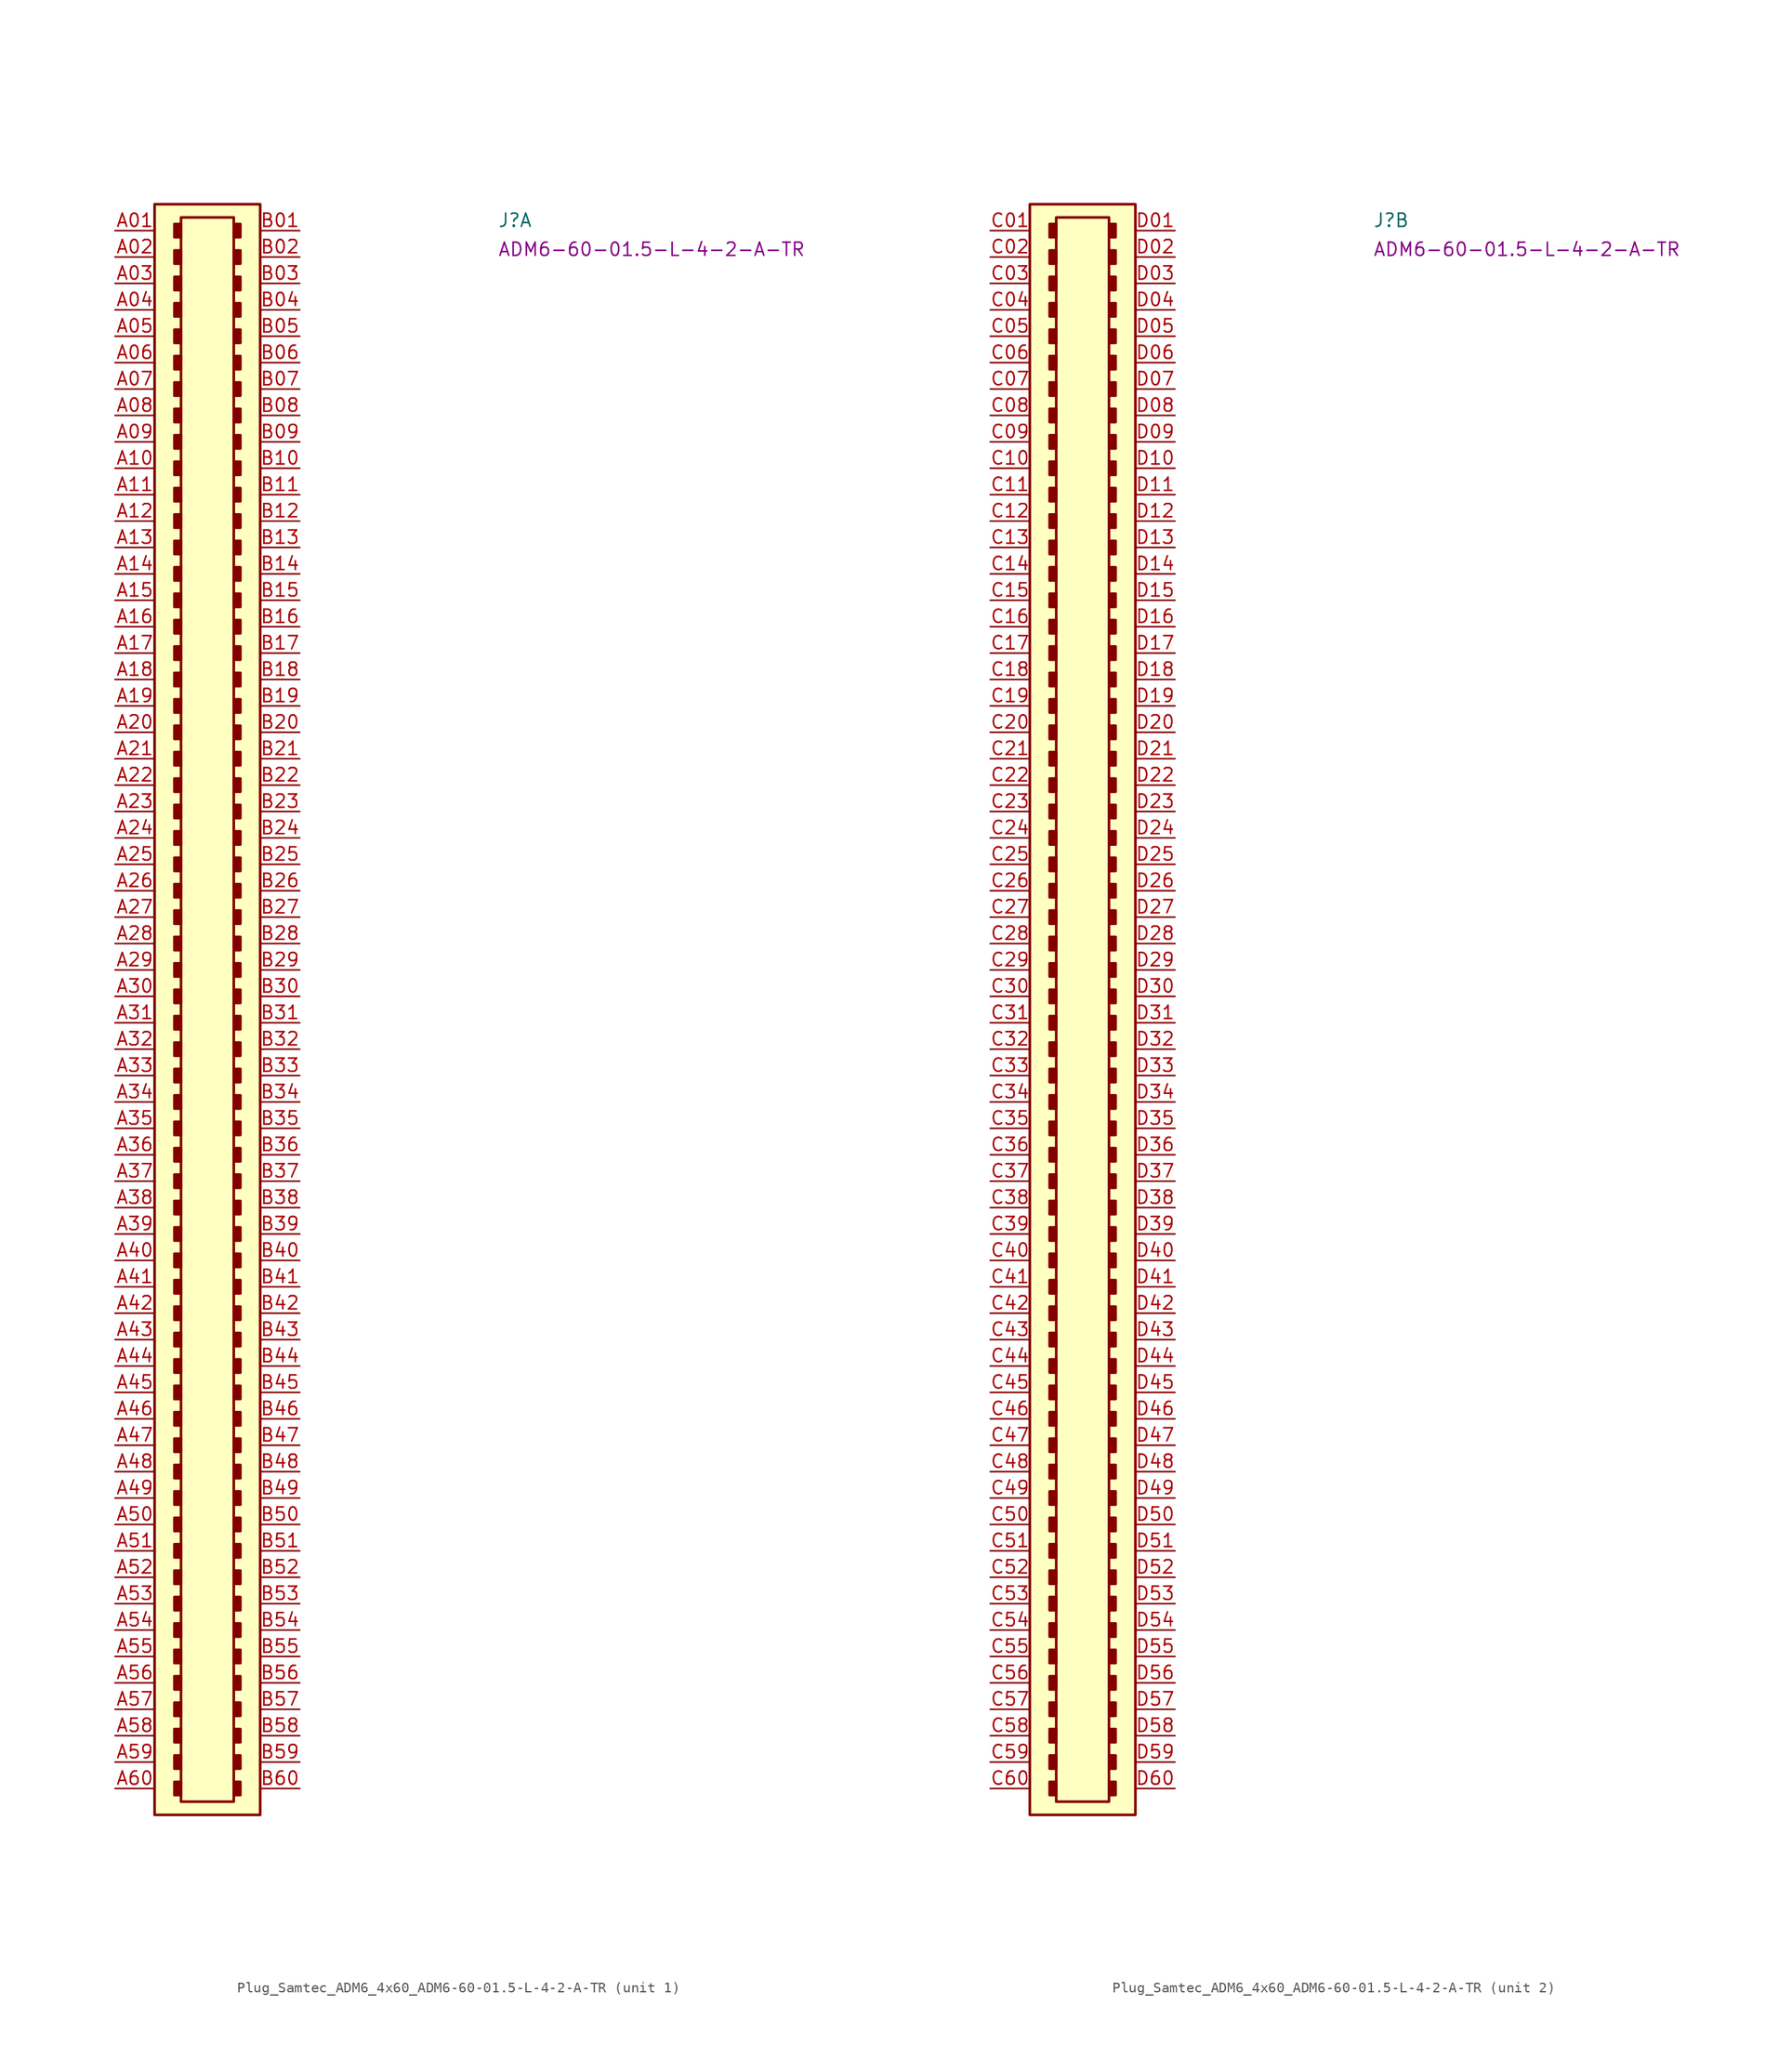
<source format=kicad_sym>
(kicad_symbol_lib
  (version 20220914)
  (generator kicad_symbol_editor)
  (symbol "Plug_Samtec_ADM6_4x60_ADM6-60-01.5-L-4-2-A-TR"
    (pin_names hide)
    (property "Reference" "J"
      (at 36.83 0.254 0)
      (effects (font (size 1.27 1.27) (thickness 0.15)) (justify left bottom)))
    (property "MPN" "ADM6-60-01.5-L-4-2-A-TR"
      (at 36.83 -2.54 0)
      (effects (font (size 1.27 1.27) (thickness 0.15)) (justify left bottom)))
    (property "ki_locked" ""
      (at 0 0 0)
      (effects (font (size 1.27 1.27))))
    (symbol "Plug_Samtec_ADM6_4x60_ADM6-60-01.5-L-4-2-A-TR_1_1"
      (rectangle (start 3.81 2.54) (end 13.97 -152.4) (stroke (width 0.254) (type default)) (fill (type background)))
      (rectangle (start 6.35 -149.225) (end 5.715 -150.495) (stroke (width 0.254) (type default)) (fill (type outline)))
      (rectangle (start 6.35 -146.685) (end 5.715 -147.955) (stroke (width 0.254) (type default)) (fill (type outline)))
      (rectangle (start 6.35 -144.145) (end 5.715 -145.415) (stroke (width 0.254) (type default)) (fill (type outline)))
      (rectangle (start 6.35 -141.605) (end 5.715 -142.875) (stroke (width 0.254) (type default)) (fill (type outline)))
      (rectangle (start 6.35 -139.065) (end 5.715 -140.335) (stroke (width 0.254) (type default)) (fill (type outline)))
      (rectangle (start 6.35 -136.525) (end 5.715 -137.795) (stroke (width 0.254) (type default)) (fill (type outline)))
      (rectangle (start 6.35 -133.985) (end 5.715 -135.255) (stroke (width 0.254) (type default)) (fill (type outline)))
      (rectangle (start 6.35 -131.445) (end 5.715 -132.715) (stroke (width 0.254) (type default)) (fill (type outline)))
      (rectangle (start 6.35 -128.905) (end 5.715 -130.175) (stroke (width 0.254) (type default)) (fill (type outline)))
      (rectangle (start 6.35 -126.365) (end 5.715 -127.635) (stroke (width 0.254) (type default)) (fill (type outline)))
      (rectangle (start 6.35 -123.825) (end 5.715 -125.095) (stroke (width 0.254) (type default)) (fill (type outline)))
      (rectangle (start 6.35 -121.285) (end 5.715 -122.555) (stroke (width 0.254) (type default)) (fill (type outline)))
      (rectangle (start 6.35 -118.745) (end 5.715 -120.015) (stroke (width 0.254) (type default)) (fill (type outline)))
      (rectangle (start 6.35 -116.205) (end 5.715 -117.475) (stroke (width 0.254) (type default)) (fill (type outline)))
      (rectangle (start 6.35 -113.665) (end 5.715 -114.935) (stroke (width 0.254) (type default)) (fill (type outline)))
      (rectangle (start 6.35 -111.125) (end 5.715 -112.395) (stroke (width 0.254) (type default)) (fill (type outline)))
      (rectangle (start 6.35 -108.585) (end 5.715 -109.855) (stroke (width 0.254) (type default)) (fill (type outline)))
      (rectangle (start 6.35 -106.045) (end 5.715 -107.315) (stroke (width 0.254) (type default)) (fill (type outline)))
      (rectangle (start 6.35 -103.505) (end 5.715 -104.775) (stroke (width 0.254) (type default)) (fill (type outline)))
      (rectangle (start 6.35 -100.965) (end 5.715 -102.235) (stroke (width 0.254) (type default)) (fill (type outline)))
      (rectangle (start 6.35 -98.425) (end 5.715 -99.695) (stroke (width 0.254) (type default)) (fill (type outline)))
      (rectangle (start 6.35 -95.885) (end 5.715 -97.155) (stroke (width 0.254) (type default)) (fill (type outline)))
      (rectangle (start 6.35 -93.345) (end 5.715 -94.615) (stroke (width 0.254) (type default)) (fill (type outline)))
      (rectangle (start 6.35 -90.805) (end 5.715 -92.075) (stroke (width 0.254) (type default)) (fill (type outline)))
      (rectangle (start 6.35 -88.265) (end 5.715 -89.535) (stroke (width 0.254) (type default)) (fill (type outline)))
      (rectangle (start 6.35 -85.725) (end 5.715 -86.995) (stroke (width 0.254) (type default)) (fill (type outline)))
      (rectangle (start 6.35 -83.185) (end 5.715 -84.455) (stroke (width 0.254) (type default)) (fill (type outline)))
      (rectangle (start 6.35 -80.645) (end 5.715 -81.915) (stroke (width 0.254) (type default)) (fill (type outline)))
      (rectangle (start 6.35 -78.105) (end 5.715 -79.375) (stroke (width 0.254) (type default)) (fill (type outline)))
      (rectangle (start 6.35 -75.565) (end 5.715 -76.835) (stroke (width 0.254) (type default)) (fill (type outline)))
      (rectangle (start 6.35 -73.025) (end 5.715 -74.295) (stroke (width 0.254) (type default)) (fill (type outline)))
      (rectangle (start 6.35 -70.485) (end 5.715 -71.755) (stroke (width 0.254) (type default)) (fill (type outline)))
      (rectangle (start 6.35 -67.945) (end 5.715 -69.215) (stroke (width 0.254) (type default)) (fill (type outline)))
      (rectangle (start 6.35 -65.405) (end 5.715 -66.675) (stroke (width 0.254) (type default)) (fill (type outline)))
      (rectangle (start 6.35 -62.865) (end 5.715 -64.135) (stroke (width 0.254) (type default)) (fill (type outline)))
      (rectangle (start 6.35 -60.325) (end 5.715 -61.595) (stroke (width 0.254) (type default)) (fill (type outline)))
      (rectangle (start 6.35 -57.785) (end 5.715 -59.055) (stroke (width 0.254) (type default)) (fill (type outline)))
      (rectangle (start 6.35 -55.245) (end 5.715 -56.515) (stroke (width 0.254) (type default)) (fill (type outline)))
      (rectangle (start 6.35 -52.705) (end 5.715 -53.975) (stroke (width 0.254) (type default)) (fill (type outline)))
      (rectangle (start 6.35 -50.165) (end 5.715 -51.435) (stroke (width 0.254) (type default)) (fill (type outline)))
      (rectangle (start 6.35 -47.625) (end 5.715 -48.895) (stroke (width 0.254) (type default)) (fill (type outline)))
      (rectangle (start 6.35 -45.085) (end 5.715 -46.355) (stroke (width 0.254) (type default)) (fill (type outline)))
      (rectangle (start 6.35 -42.545) (end 5.715 -43.815) (stroke (width 0.254) (type default)) (fill (type outline)))
      (rectangle (start 6.35 -40.005) (end 5.715 -41.275) (stroke (width 0.254) (type default)) (fill (type outline)))
      (rectangle (start 6.35 -37.465) (end 5.715 -38.735) (stroke (width 0.254) (type default)) (fill (type outline)))
      (rectangle (start 6.35 -34.925) (end 5.715 -36.195) (stroke (width 0.254) (type default)) (fill (type outline)))
      (rectangle (start 6.35 -32.385) (end 5.715 -33.655) (stroke (width 0.254) (type default)) (fill (type outline)))
      (rectangle (start 6.35 -29.845) (end 5.715 -31.115) (stroke (width 0.254) (type default)) (fill (type outline)))
      (rectangle (start 6.35 -27.305) (end 5.715 -28.575) (stroke (width 0.254) (type default)) (fill (type outline)))
      (rectangle (start 6.35 -24.765) (end 5.715 -26.035) (stroke (width 0.254) (type default)) (fill (type outline)))
      (rectangle (start 6.35 -22.225) (end 5.715 -23.495) (stroke (width 0.254) (type default)) (fill (type outline)))
      (rectangle (start 6.35 -19.685) (end 5.715 -20.955) (stroke (width 0.254) (type default)) (fill (type outline)))
      (rectangle (start 6.35 -17.145) (end 5.715 -18.415) (stroke (width 0.254) (type default)) (fill (type outline)))
      (rectangle (start 6.35 -14.605) (end 5.715 -15.875) (stroke (width 0.254) (type default)) (fill (type outline)))
      (rectangle (start 6.35 -12.065) (end 5.715 -13.335) (stroke (width 0.254) (type default)) (fill (type outline)))
      (rectangle (start 6.35 -9.525) (end 5.715 -10.795) (stroke (width 0.254) (type default)) (fill (type outline)))
      (rectangle (start 6.35 -6.985) (end 5.715 -8.255) (stroke (width 0.254) (type default)) (fill (type outline)))
      (rectangle (start 6.35 -4.445) (end 5.715 -5.715) (stroke (width 0.254) (type default)) (fill (type outline)))
      (rectangle (start 6.35 -1.905) (end 5.715 -3.175) (stroke (width 0.254) (type default)) (fill (type outline)))
      (rectangle (start 6.35 0.635) (end 5.715 -0.635) (stroke (width 0.254) (type default)) (fill (type outline)))
      (rectangle (start 6.35 1.27) (end 11.43 -151.13) (stroke (width 0.254) (type default)) (fill (type background)))
      (rectangle (start 12.065 -149.225) (end 11.43 -150.495) (stroke (width 0.254) (type default)) (fill (type outline)))
      (rectangle (start 12.065 -146.685) (end 11.43 -147.955) (stroke (width 0.254) (type default)) (fill (type outline)))
      (rectangle (start 12.065 -144.145) (end 11.43 -145.415) (stroke (width 0.254) (type default)) (fill (type outline)))
      (rectangle (start 12.065 -141.605) (end 11.43 -142.875) (stroke (width 0.254) (type default)) (fill (type outline)))
      (rectangle (start 12.065 -139.065) (end 11.43 -140.335) (stroke (width 0.254) (type default)) (fill (type outline)))
      (rectangle (start 12.065 -136.525) (end 11.43 -137.795) (stroke (width 0.254) (type default)) (fill (type outline)))
      (rectangle (start 12.065 -133.985) (end 11.43 -135.255) (stroke (width 0.254) (type default)) (fill (type outline)))
      (rectangle (start 12.065 -131.445) (end 11.43 -132.715) (stroke (width 0.254) (type default)) (fill (type outline)))
      (rectangle (start 12.065 -128.905) (end 11.43 -130.175) (stroke (width 0.254) (type default)) (fill (type outline)))
      (rectangle (start 12.065 -126.365) (end 11.43 -127.635) (stroke (width 0.254) (type default)) (fill (type outline)))
      (rectangle (start 12.065 -123.825) (end 11.43 -125.095) (stroke (width 0.254) (type default)) (fill (type outline)))
      (rectangle (start 12.065 -121.285) (end 11.43 -122.555) (stroke (width 0.254) (type default)) (fill (type outline)))
      (rectangle (start 12.065 -118.745) (end 11.43 -120.015) (stroke (width 0.254) (type default)) (fill (type outline)))
      (rectangle (start 12.065 -116.205) (end 11.43 -117.475) (stroke (width 0.254) (type default)) (fill (type outline)))
      (rectangle (start 12.065 -113.665) (end 11.43 -114.935) (stroke (width 0.254) (type default)) (fill (type outline)))
      (rectangle (start 12.065 -111.125) (end 11.43 -112.395) (stroke (width 0.254) (type default)) (fill (type outline)))
      (rectangle (start 12.065 -108.585) (end 11.43 -109.855) (stroke (width 0.254) (type default)) (fill (type outline)))
      (rectangle (start 12.065 -106.045) (end 11.43 -107.315) (stroke (width 0.254) (type default)) (fill (type outline)))
      (rectangle (start 12.065 -103.505) (end 11.43 -104.775) (stroke (width 0.254) (type default)) (fill (type outline)))
      (rectangle (start 12.065 -100.965) (end 11.43 -102.235) (stroke (width 0.254) (type default)) (fill (type outline)))
      (rectangle (start 12.065 -98.425) (end 11.43 -99.695) (stroke (width 0.254) (type default)) (fill (type outline)))
      (rectangle (start 12.065 -95.885) (end 11.43 -97.155) (stroke (width 0.254) (type default)) (fill (type outline)))
      (rectangle (start 12.065 -93.345) (end 11.43 -94.615) (stroke (width 0.254) (type default)) (fill (type outline)))
      (rectangle (start 12.065 -90.805) (end 11.43 -92.075) (stroke (width 0.254) (type default)) (fill (type outline)))
      (rectangle (start 12.065 -88.265) (end 11.43 -89.535) (stroke (width 0.254) (type default)) (fill (type outline)))
      (rectangle (start 12.065 -85.725) (end 11.43 -86.995) (stroke (width 0.254) (type default)) (fill (type outline)))
      (rectangle (start 12.065 -83.185) (end 11.43 -84.455) (stroke (width 0.254) (type default)) (fill (type outline)))
      (rectangle (start 12.065 -80.645) (end 11.43 -81.915) (stroke (width 0.254) (type default)) (fill (type outline)))
      (rectangle (start 12.065 -78.105) (end 11.43 -79.375) (stroke (width 0.254) (type default)) (fill (type outline)))
      (rectangle (start 12.065 -75.565) (end 11.43 -76.835) (stroke (width 0.254) (type default)) (fill (type outline)))
      (rectangle (start 12.065 -73.025) (end 11.43 -74.295) (stroke (width 0.254) (type default)) (fill (type outline)))
      (rectangle (start 12.065 -70.485) (end 11.43 -71.755) (stroke (width 0.254) (type default)) (fill (type outline)))
      (rectangle (start 12.065 -67.945) (end 11.43 -69.215) (stroke (width 0.254) (type default)) (fill (type outline)))
      (rectangle (start 12.065 -65.405) (end 11.43 -66.675) (stroke (width 0.254) (type default)) (fill (type outline)))
      (rectangle (start 12.065 -62.865) (end 11.43 -64.135) (stroke (width 0.254) (type default)) (fill (type outline)))
      (rectangle (start 12.065 -60.325) (end 11.43 -61.595) (stroke (width 0.254) (type default)) (fill (type outline)))
      (rectangle (start 12.065 -57.785) (end 11.43 -59.055) (stroke (width 0.254) (type default)) (fill (type outline)))
      (rectangle (start 12.065 -55.245) (end 11.43 -56.515) (stroke (width 0.254) (type default)) (fill (type outline)))
      (rectangle (start 12.065 -52.705) (end 11.43 -53.975) (stroke (width 0.254) (type default)) (fill (type outline)))
      (rectangle (start 12.065 -50.165) (end 11.43 -51.435) (stroke (width 0.254) (type default)) (fill (type outline)))
      (rectangle (start 12.065 -47.625) (end 11.43 -48.895) (stroke (width 0.254) (type default)) (fill (type outline)))
      (rectangle (start 12.065 -45.085) (end 11.43 -46.355) (stroke (width 0.254) (type default)) (fill (type outline)))
      (rectangle (start 12.065 -42.545) (end 11.43 -43.815) (stroke (width 0.254) (type default)) (fill (type outline)))
      (rectangle (start 12.065 -40.005) (end 11.43 -41.275) (stroke (width 0.254) (type default)) (fill (type outline)))
      (rectangle (start 12.065 -37.465) (end 11.43 -38.735) (stroke (width 0.254) (type default)) (fill (type outline)))
      (rectangle (start 12.065 -34.925) (end 11.43 -36.195) (stroke (width 0.254) (type default)) (fill (type outline)))
      (rectangle (start 12.065 -32.385) (end 11.43 -33.655) (stroke (width 0.254) (type default)) (fill (type outline)))
      (rectangle (start 12.065 -29.845) (end 11.43 -31.115) (stroke (width 0.254) (type default)) (fill (type outline)))
      (rectangle (start 12.065 -27.305) (end 11.43 -28.575) (stroke (width 0.254) (type default)) (fill (type outline)))
      (rectangle (start 12.065 -24.765) (end 11.43 -26.035) (stroke (width 0.254) (type default)) (fill (type outline)))
      (rectangle (start 12.065 -22.225) (end 11.43 -23.495) (stroke (width 0.254) (type default)) (fill (type outline)))
      (rectangle (start 12.065 -19.685) (end 11.43 -20.955) (stroke (width 0.254) (type default)) (fill (type outline)))
      (rectangle (start 12.065 -17.145) (end 11.43 -18.415) (stroke (width 0.254) (type default)) (fill (type outline)))
      (rectangle (start 12.065 -14.605) (end 11.43 -15.875) (stroke (width 0.254) (type default)) (fill (type outline)))
      (rectangle (start 12.065 -12.065) (end 11.43 -13.335) (stroke (width 0.254) (type default)) (fill (type outline)))
      (rectangle (start 12.065 -9.525) (end 11.43 -10.795) (stroke (width 0.254) (type default)) (fill (type outline)))
      (rectangle (start 12.065 -6.985) (end 11.43 -8.255) (stroke (width 0.254) (type default)) (fill (type outline)))
      (rectangle (start 12.065 -4.445) (end 11.43 -5.715) (stroke (width 0.254) (type default)) (fill (type outline)))
      (rectangle (start 12.065 -1.905) (end 11.43 -3.175) (stroke (width 0.254) (type default)) (fill (type outline)))
      (rectangle (start 12.065 0.635) (end 11.43 -0.635) (stroke (width 0.254) (type default)) (fill (type outline)))
      (pin passive line (at 0 0 0) (length 3.81) (name "A01" (effects (font (size 1.27 1.27)))) (number "A01" (effects (font (size 1.27 1.27)))))
      (pin passive line (at 0 -2.54 0) (length 3.81) (name "A02" (effects (font (size 1.27 1.27)))) (number "A02" (effects (font (size 1.27 1.27)))))
      (pin passive line (at 0 -5.08 0) (length 3.81) (name "A03" (effects (font (size 1.27 1.27)))) (number "A03" (effects (font (size 1.27 1.27)))))
      (pin passive line (at 0 -7.62 0) (length 3.81) (name "A04" (effects (font (size 1.27 1.27)))) (number "A04" (effects (font (size 1.27 1.27)))))
      (pin passive line (at 0 -10.16 0) (length 3.81) (name "A05" (effects (font (size 1.27 1.27)))) (number "A05" (effects (font (size 1.27 1.27)))))
      (pin passive line (at 0 -12.7 0) (length 3.81) (name "A06" (effects (font (size 1.27 1.27)))) (number "A06" (effects (font (size 1.27 1.27)))))
      (pin passive line (at 0 -15.24 0) (length 3.81) (name "A07" (effects (font (size 1.27 1.27)))) (number "A07" (effects (font (size 1.27 1.27)))))
      (pin passive line (at 0 -17.78 0) (length 3.81) (name "A08" (effects (font (size 1.27 1.27)))) (number "A08" (effects (font (size 1.27 1.27)))))
      (pin passive line (at 0 -20.32 0) (length 3.81) (name "A09" (effects (font (size 1.27 1.27)))) (number "A09" (effects (font (size 1.27 1.27)))))
      (pin passive line (at 0 -22.86 0) (length 3.81) (name "A10" (effects (font (size 1.27 1.27)))) (number "A10" (effects (font (size 1.27 1.27)))))
      (pin passive line (at 0 -25.4 0) (length 3.81) (name "A11" (effects (font (size 1.27 1.27)))) (number "A11" (effects (font (size 1.27 1.27)))))
      (pin passive line (at 0 -27.94 0) (length 3.81) (name "A12" (effects (font (size 1.27 1.27)))) (number "A12" (effects (font (size 1.27 1.27)))))
      (pin passive line (at 0 -30.48 0) (length 3.81) (name "A13" (effects (font (size 1.27 1.27)))) (number "A13" (effects (font (size 1.27 1.27)))))
      (pin passive line (at 0 -33.02 0) (length 3.81) (name "A14" (effects (font (size 1.27 1.27)))) (number "A14" (effects (font (size 1.27 1.27)))))
      (pin passive line (at 0 -35.56 0) (length 3.81) (name "A15" (effects (font (size 1.27 1.27)))) (number "A15" (effects (font (size 1.27 1.27)))))
      (pin passive line (at 0 -38.1 0) (length 3.81) (name "A16" (effects (font (size 1.27 1.27)))) (number "A16" (effects (font (size 1.27 1.27)))))
      (pin passive line (at 0 -40.64 0) (length 3.81) (name "A17" (effects (font (size 1.27 1.27)))) (number "A17" (effects (font (size 1.27 1.27)))))
      (pin passive line (at 0 -43.18 0) (length 3.81) (name "A18" (effects (font (size 1.27 1.27)))) (number "A18" (effects (font (size 1.27 1.27)))))
      (pin passive line (at 0 -45.72 0) (length 3.81) (name "A19" (effects (font (size 1.27 1.27)))) (number "A19" (effects (font (size 1.27 1.27)))))
      (pin passive line (at 0 -48.26 0) (length 3.81) (name "A20" (effects (font (size 1.27 1.27)))) (number "A20" (effects (font (size 1.27 1.27)))))
      (pin passive line (at 0 -50.8 0) (length 3.81) (name "A21" (effects (font (size 1.27 1.27)))) (number "A21" (effects (font (size 1.27 1.27)))))
      (pin passive line (at 0 -53.34 0) (length 3.81) (name "A22" (effects (font (size 1.27 1.27)))) (number "A22" (effects (font (size 1.27 1.27)))))
      (pin passive line (at 0 -55.88 0) (length 3.81) (name "A23" (effects (font (size 1.27 1.27)))) (number "A23" (effects (font (size 1.27 1.27)))))
      (pin passive line (at 0 -58.42 0) (length 3.81) (name "A24" (effects (font (size 1.27 1.27)))) (number "A24" (effects (font (size 1.27 1.27)))))
      (pin passive line (at 0 -60.96 0) (length 3.81) (name "A25" (effects (font (size 1.27 1.27)))) (number "A25" (effects (font (size 1.27 1.27)))))
      (pin passive line (at 0 -63.5 0) (length 3.81) (name "A26" (effects (font (size 1.27 1.27)))) (number "A26" (effects (font (size 1.27 1.27)))))
      (pin passive line (at 0 -66.04 0) (length 3.81) (name "A27" (effects (font (size 1.27 1.27)))) (number "A27" (effects (font (size 1.27 1.27)))))
      (pin passive line (at 0 -68.58 0) (length 3.81) (name "A28" (effects (font (size 1.27 1.27)))) (number "A28" (effects (font (size 1.27 1.27)))))
      (pin passive line (at 0 -71.12 0) (length 3.81) (name "A29" (effects (font (size 1.27 1.27)))) (number "A29" (effects (font (size 1.27 1.27)))))
      (pin passive line (at 0 -73.66 0) (length 3.81) (name "A30" (effects (font (size 1.27 1.27)))) (number "A30" (effects (font (size 1.27 1.27)))))
      (pin passive line (at 0 -76.2 0) (length 3.81) (name "A31" (effects (font (size 1.27 1.27)))) (number "A31" (effects (font (size 1.27 1.27)))))
      (pin passive line (at 0 -78.74 0) (length 3.81) (name "A32" (effects (font (size 1.27 1.27)))) (number "A32" (effects (font (size 1.27 1.27)))))
      (pin passive line (at 0 -81.28 0) (length 3.81) (name "A33" (effects (font (size 1.27 1.27)))) (number "A33" (effects (font (size 1.27 1.27)))))
      (pin passive line (at 0 -83.82 0) (length 3.81) (name "A34" (effects (font (size 1.27 1.27)))) (number "A34" (effects (font (size 1.27 1.27)))))
      (pin passive line (at 0 -86.36 0) (length 3.81) (name "A35" (effects (font (size 1.27 1.27)))) (number "A35" (effects (font (size 1.27 1.27)))))
      (pin passive line (at 0 -88.9 0) (length 3.81) (name "A36" (effects (font (size 1.27 1.27)))) (number "A36" (effects (font (size 1.27 1.27)))))
      (pin passive line (at 0 -91.44 0) (length 3.81) (name "A37" (effects (font (size 1.27 1.27)))) (number "A37" (effects (font (size 1.27 1.27)))))
      (pin passive line (at 0 -93.98 0) (length 3.81) (name "A38" (effects (font (size 1.27 1.27)))) (number "A38" (effects (font (size 1.27 1.27)))))
      (pin passive line (at 0 -96.52 0) (length 3.81) (name "A39" (effects (font (size 1.27 1.27)))) (number "A39" (effects (font (size 1.27 1.27)))))
      (pin passive line (at 0 -99.06 0) (length 3.81) (name "A40" (effects (font (size 1.27 1.27)))) (number "A40" (effects (font (size 1.27 1.27)))))
      (pin passive line (at 0 -101.6 0) (length 3.81) (name "A41" (effects (font (size 1.27 1.27)))) (number "A41" (effects (font (size 1.27 1.27)))))
      (pin passive line (at 0 -104.14 0) (length 3.81) (name "A42" (effects (font (size 1.27 1.27)))) (number "A42" (effects (font (size 1.27 1.27)))))
      (pin passive line (at 0 -106.68 0) (length 3.81) (name "A43" (effects (font (size 1.27 1.27)))) (number "A43" (effects (font (size 1.27 1.27)))))
      (pin passive line (at 0 -109.22 0) (length 3.81) (name "A44" (effects (font (size 1.27 1.27)))) (number "A44" (effects (font (size 1.27 1.27)))))
      (pin passive line (at 0 -111.76 0) (length 3.81) (name "A45" (effects (font (size 1.27 1.27)))) (number "A45" (effects (font (size 1.27 1.27)))))
      (pin passive line (at 0 -114.3 0) (length 3.81) (name "A46" (effects (font (size 1.27 1.27)))) (number "A46" (effects (font (size 1.27 1.27)))))
      (pin passive line (at 0 -116.84 0) (length 3.81) (name "A47" (effects (font (size 1.27 1.27)))) (number "A47" (effects (font (size 1.27 1.27)))))
      (pin passive line (at 0 -119.38 0) (length 3.81) (name "A48" (effects (font (size 1.27 1.27)))) (number "A48" (effects (font (size 1.27 1.27)))))
      (pin passive line (at 0 -121.92 0) (length 3.81) (name "A49" (effects (font (size 1.27 1.27)))) (number "A49" (effects (font (size 1.27 1.27)))))
      (pin passive line (at 0 -124.46 0) (length 3.81) (name "A50" (effects (font (size 1.27 1.27)))) (number "A50" (effects (font (size 1.27 1.27)))))
      (pin passive line (at 0 -127 0) (length 3.81) (name "A51" (effects (font (size 1.27 1.27)))) (number "A51" (effects (font (size 1.27 1.27)))))
      (pin passive line (at 0 -129.54 0) (length 3.81) (name "A52" (effects (font (size 1.27 1.27)))) (number "A52" (effects (font (size 1.27 1.27)))))
      (pin passive line (at 0 -132.08 0) (length 3.81) (name "A53" (effects (font (size 1.27 1.27)))) (number "A53" (effects (font (size 1.27 1.27)))))
      (pin passive line (at 0 -134.62 0) (length 3.81) (name "A54" (effects (font (size 1.27 1.27)))) (number "A54" (effects (font (size 1.27 1.27)))))
      (pin passive line (at 0 -137.16 0) (length 3.81) (name "A55" (effects (font (size 1.27 1.27)))) (number "A55" (effects (font (size 1.27 1.27)))))
      (pin passive line (at 0 -139.7 0) (length 3.81) (name "A56" (effects (font (size 1.27 1.27)))) (number "A56" (effects (font (size 1.27 1.27)))))
      (pin passive line (at 0 -142.24 0) (length 3.81) (name "A57" (effects (font (size 1.27 1.27)))) (number "A57" (effects (font (size 1.27 1.27)))))
      (pin passive line (at 0 -144.78 0) (length 3.81) (name "A58" (effects (font (size 1.27 1.27)))) (number "A58" (effects (font (size 1.27 1.27)))))
      (pin passive line (at 0 -147.32 0) (length 3.81) (name "A59" (effects (font (size 1.27 1.27)))) (number "A59" (effects (font (size 1.27 1.27)))))
      (pin passive line (at 0 -149.86 0) (length 3.81) (name "A60" (effects (font (size 1.27 1.27)))) (number "A60" (effects (font (size 1.27 1.27)))))
      (pin passive line (at 17.78 0 180) (length 3.81) (name "B01" (effects (font (size 1.27 1.27)))) (number "B01" (effects (font (size 1.27 1.27)))))
      (pin passive line (at 17.78 -2.54 180) (length 3.81) (name "B02" (effects (font (size 1.27 1.27)))) (number "B02" (effects (font (size 1.27 1.27)))))
      (pin passive line (at 17.78 -5.08 180) (length 3.81) (name "B03" (effects (font (size 1.27 1.27)))) (number "B03" (effects (font (size 1.27 1.27)))))
      (pin passive line (at 17.78 -7.62 180) (length 3.81) (name "B04" (effects (font (size 1.27 1.27)))) (number "B04" (effects (font (size 1.27 1.27)))))
      (pin passive line (at 17.78 -10.16 180) (length 3.81) (name "B05" (effects (font (size 1.27 1.27)))) (number "B05" (effects (font (size 1.27 1.27)))))
      (pin passive line (at 17.78 -12.7 180) (length 3.81) (name "B06" (effects (font (size 1.27 1.27)))) (number "B06" (effects (font (size 1.27 1.27)))))
      (pin passive line (at 17.78 -15.24 180) (length 3.81) (name "B07" (effects (font (size 1.27 1.27)))) (number "B07" (effects (font (size 1.27 1.27)))))
      (pin passive line (at 17.78 -17.78 180) (length 3.81) (name "B08" (effects (font (size 1.27 1.27)))) (number "B08" (effects (font (size 1.27 1.27)))))
      (pin passive line (at 17.78 -20.32 180) (length 3.81) (name "B09" (effects (font (size 1.27 1.27)))) (number "B09" (effects (font (size 1.27 1.27)))))
      (pin passive line (at 17.78 -22.86 180) (length 3.81) (name "B10" (effects (font (size 1.27 1.27)))) (number "B10" (effects (font (size 1.27 1.27)))))
      (pin passive line (at 17.78 -25.4 180) (length 3.81) (name "B11" (effects (font (size 1.27 1.27)))) (number "B11" (effects (font (size 1.27 1.27)))))
      (pin passive line (at 17.78 -27.94 180) (length 3.81) (name "B12" (effects (font (size 1.27 1.27)))) (number "B12" (effects (font (size 1.27 1.27)))))
      (pin passive line (at 17.78 -30.48 180) (length 3.81) (name "B13" (effects (font (size 1.27 1.27)))) (number "B13" (effects (font (size 1.27 1.27)))))
      (pin passive line (at 17.78 -33.02 180) (length 3.81) (name "B14" (effects (font (size 1.27 1.27)))) (number "B14" (effects (font (size 1.27 1.27)))))
      (pin passive line (at 17.78 -35.56 180) (length 3.81) (name "B15" (effects (font (size 1.27 1.27)))) (number "B15" (effects (font (size 1.27 1.27)))))
      (pin passive line (at 17.78 -38.1 180) (length 3.81) (name "B16" (effects (font (size 1.27 1.27)))) (number "B16" (effects (font (size 1.27 1.27)))))
      (pin passive line (at 17.78 -40.64 180) (length 3.81) (name "B17" (effects (font (size 1.27 1.27)))) (number "B17" (effects (font (size 1.27 1.27)))))
      (pin passive line (at 17.78 -43.18 180) (length 3.81) (name "B18" (effects (font (size 1.27 1.27)))) (number "B18" (effects (font (size 1.27 1.27)))))
      (pin passive line (at 17.78 -45.72 180) (length 3.81) (name "B19" (effects (font (size 1.27 1.27)))) (number "B19" (effects (font (size 1.27 1.27)))))
      (pin passive line (at 17.78 -48.26 180) (length 3.81) (name "B20" (effects (font (size 1.27 1.27)))) (number "B20" (effects (font (size 1.27 1.27)))))
      (pin passive line (at 17.78 -50.8 180) (length 3.81) (name "B21" (effects (font (size 1.27 1.27)))) (number "B21" (effects (font (size 1.27 1.27)))))
      (pin passive line (at 17.78 -53.34 180) (length 3.81) (name "B22" (effects (font (size 1.27 1.27)))) (number "B22" (effects (font (size 1.27 1.27)))))
      (pin passive line (at 17.78 -55.88 180) (length 3.81) (name "B23" (effects (font (size 1.27 1.27)))) (number "B23" (effects (font (size 1.27 1.27)))))
      (pin passive line (at 17.78 -58.42 180) (length 3.81) (name "B24" (effects (font (size 1.27 1.27)))) (number "B24" (effects (font (size 1.27 1.27)))))
      (pin passive line (at 17.78 -60.96 180) (length 3.81) (name "B25" (effects (font (size 1.27 1.27)))) (number "B25" (effects (font (size 1.27 1.27)))))
      (pin passive line (at 17.78 -63.5 180) (length 3.81) (name "B26" (effects (font (size 1.27 1.27)))) (number "B26" (effects (font (size 1.27 1.27)))))
      (pin passive line (at 17.78 -66.04 180) (length 3.81) (name "B27" (effects (font (size 1.27 1.27)))) (number "B27" (effects (font (size 1.27 1.27)))))
      (pin passive line (at 17.78 -68.58 180) (length 3.81) (name "B28" (effects (font (size 1.27 1.27)))) (number "B28" (effects (font (size 1.27 1.27)))))
      (pin passive line (at 17.78 -71.12 180) (length 3.81) (name "B29" (effects (font (size 1.27 1.27)))) (number "B29" (effects (font (size 1.27 1.27)))))
      (pin passive line (at 17.78 -73.66 180) (length 3.81) (name "B30" (effects (font (size 1.27 1.27)))) (number "B30" (effects (font (size 1.27 1.27)))))
      (pin passive line (at 17.78 -76.2 180) (length 3.81) (name "B31" (effects (font (size 1.27 1.27)))) (number "B31" (effects (font (size 1.27 1.27)))))
      (pin passive line (at 17.78 -78.74 180) (length 3.81) (name "B32" (effects (font (size 1.27 1.27)))) (number "B32" (effects (font (size 1.27 1.27)))))
      (pin passive line (at 17.78 -81.28 180) (length 3.81) (name "B33" (effects (font (size 1.27 1.27)))) (number "B33" (effects (font (size 1.27 1.27)))))
      (pin passive line (at 17.78 -83.82 180) (length 3.81) (name "B34" (effects (font (size 1.27 1.27)))) (number "B34" (effects (font (size 1.27 1.27)))))
      (pin passive line (at 17.78 -86.36 180) (length 3.81) (name "B35" (effects (font (size 1.27 1.27)))) (number "B35" (effects (font (size 1.27 1.27)))))
      (pin passive line (at 17.78 -88.9 180) (length 3.81) (name "B36" (effects (font (size 1.27 1.27)))) (number "B36" (effects (font (size 1.27 1.27)))))
      (pin passive line (at 17.78 -91.44 180) (length 3.81) (name "B37" (effects (font (size 1.27 1.27)))) (number "B37" (effects (font (size 1.27 1.27)))))
      (pin passive line (at 17.78 -93.98 180) (length 3.81) (name "B38" (effects (font (size 1.27 1.27)))) (number "B38" (effects (font (size 1.27 1.27)))))
      (pin passive line (at 17.78 -96.52 180) (length 3.81) (name "B39" (effects (font (size 1.27 1.27)))) (number "B39" (effects (font (size 1.27 1.27)))))
      (pin passive line (at 17.78 -99.06 180) (length 3.81) (name "B40" (effects (font (size 1.27 1.27)))) (number "B40" (effects (font (size 1.27 1.27)))))
      (pin passive line (at 17.78 -101.6 180) (length 3.81) (name "B41" (effects (font (size 1.27 1.27)))) (number "B41" (effects (font (size 1.27 1.27)))))
      (pin passive line (at 17.78 -104.14 180) (length 3.81) (name "B42" (effects (font (size 1.27 1.27)))) (number "B42" (effects (font (size 1.27 1.27)))))
      (pin passive line (at 17.78 -106.68 180) (length 3.81) (name "B43" (effects (font (size 1.27 1.27)))) (number "B43" (effects (font (size 1.27 1.27)))))
      (pin passive line (at 17.78 -109.22 180) (length 3.81) (name "B44" (effects (font (size 1.27 1.27)))) (number "B44" (effects (font (size 1.27 1.27)))))
      (pin passive line (at 17.78 -111.76 180) (length 3.81) (name "B45" (effects (font (size 1.27 1.27)))) (number "B45" (effects (font (size 1.27 1.27)))))
      (pin passive line (at 17.78 -114.3 180) (length 3.81) (name "B46" (effects (font (size 1.27 1.27)))) (number "B46" (effects (font (size 1.27 1.27)))))
      (pin passive line (at 17.78 -116.84 180) (length 3.81) (name "B47" (effects (font (size 1.27 1.27)))) (number "B47" (effects (font (size 1.27 1.27)))))
      (pin passive line (at 17.78 -119.38 180) (length 3.81) (name "B48" (effects (font (size 1.27 1.27)))) (number "B48" (effects (font (size 1.27 1.27)))))
      (pin passive line (at 17.78 -121.92 180) (length 3.81) (name "B49" (effects (font (size 1.27 1.27)))) (number "B49" (effects (font (size 1.27 1.27)))))
      (pin passive line (at 17.78 -124.46 180) (length 3.81) (name "B50" (effects (font (size 1.27 1.27)))) (number "B50" (effects (font (size 1.27 1.27)))))
      (pin passive line (at 17.78 -127 180) (length 3.81) (name "B51" (effects (font (size 1.27 1.27)))) (number "B51" (effects (font (size 1.27 1.27)))))
      (pin passive line (at 17.78 -129.54 180) (length 3.81) (name "B52" (effects (font (size 1.27 1.27)))) (number "B52" (effects (font (size 1.27 1.27)))))
      (pin passive line (at 17.78 -132.08 180) (length 3.81) (name "B53" (effects (font (size 1.27 1.27)))) (number "B53" (effects (font (size 1.27 1.27)))))
      (pin passive line (at 17.78 -134.62 180) (length 3.81) (name "B54" (effects (font (size 1.27 1.27)))) (number "B54" (effects (font (size 1.27 1.27)))))
      (pin passive line (at 17.78 -137.16 180) (length 3.81) (name "B55" (effects (font (size 1.27 1.27)))) (number "B55" (effects (font (size 1.27 1.27)))))
      (pin passive line (at 17.78 -139.7 180) (length 3.81) (name "B56" (effects (font (size 1.27 1.27)))) (number "B56" (effects (font (size 1.27 1.27)))))
      (pin passive line (at 17.78 -142.24 180) (length 3.81) (name "B57" (effects (font (size 1.27 1.27)))) (number "B57" (effects (font (size 1.27 1.27)))))
      (pin passive line (at 17.78 -144.78 180) (length 3.81) (name "B58" (effects (font (size 1.27 1.27)))) (number "B58" (effects (font (size 1.27 1.27)))))
      (pin passive line (at 17.78 -147.32 180) (length 3.81) (name "B59" (effects (font (size 1.27 1.27)))) (number "B59" (effects (font (size 1.27 1.27)))))
      (pin passive line (at 17.78 -149.86 180) (length 3.81) (name "B60" (effects (font (size 1.27 1.27)))) (number "B60" (effects (font (size 1.27 1.27))))))
    (symbol "Plug_Samtec_ADM6_4x60_ADM6-60-01.5-L-4-2-A-TR_2_1"
      (rectangle (start 3.81 2.54) (end 13.97 -152.4) (stroke (width 0.254) (type default)) (fill (type background)))
      (rectangle (start 6.35 -149.225) (end 5.715 -150.495) (stroke (width 0.254) (type default)) (fill (type outline)))
      (rectangle (start 6.35 -146.685) (end 5.715 -147.955) (stroke (width 0.254) (type default)) (fill (type outline)))
      (rectangle (start 6.35 -144.145) (end 5.715 -145.415) (stroke (width 0.254) (type default)) (fill (type outline)))
      (rectangle (start 6.35 -141.605) (end 5.715 -142.875) (stroke (width 0.254) (type default)) (fill (type outline)))
      (rectangle (start 6.35 -139.065) (end 5.715 -140.335) (stroke (width 0.254) (type default)) (fill (type outline)))
      (rectangle (start 6.35 -136.525) (end 5.715 -137.795) (stroke (width 0.254) (type default)) (fill (type outline)))
      (rectangle (start 6.35 -133.985) (end 5.715 -135.255) (stroke (width 0.254) (type default)) (fill (type outline)))
      (rectangle (start 6.35 -131.445) (end 5.715 -132.715) (stroke (width 0.254) (type default)) (fill (type outline)))
      (rectangle (start 6.35 -128.905) (end 5.715 -130.175) (stroke (width 0.254) (type default)) (fill (type outline)))
      (rectangle (start 6.35 -126.365) (end 5.715 -127.635) (stroke (width 0.254) (type default)) (fill (type outline)))
      (rectangle (start 6.35 -123.825) (end 5.715 -125.095) (stroke (width 0.254) (type default)) (fill (type outline)))
      (rectangle (start 6.35 -121.285) (end 5.715 -122.555) (stroke (width 0.254) (type default)) (fill (type outline)))
      (rectangle (start 6.35 -118.745) (end 5.715 -120.015) (stroke (width 0.254) (type default)) (fill (type outline)))
      (rectangle (start 6.35 -116.205) (end 5.715 -117.475) (stroke (width 0.254) (type default)) (fill (type outline)))
      (rectangle (start 6.35 -113.665) (end 5.715 -114.935) (stroke (width 0.254) (type default)) (fill (type outline)))
      (rectangle (start 6.35 -111.125) (end 5.715 -112.395) (stroke (width 0.254) (type default)) (fill (type outline)))
      (rectangle (start 6.35 -108.585) (end 5.715 -109.855) (stroke (width 0.254) (type default)) (fill (type outline)))
      (rectangle (start 6.35 -106.045) (end 5.715 -107.315) (stroke (width 0.254) (type default)) (fill (type outline)))
      (rectangle (start 6.35 -103.505) (end 5.715 -104.775) (stroke (width 0.254) (type default)) (fill (type outline)))
      (rectangle (start 6.35 -100.965) (end 5.715 -102.235) (stroke (width 0.254) (type default)) (fill (type outline)))
      (rectangle (start 6.35 -98.425) (end 5.715 -99.695) (stroke (width 0.254) (type default)) (fill (type outline)))
      (rectangle (start 6.35 -95.885) (end 5.715 -97.155) (stroke (width 0.254) (type default)) (fill (type outline)))
      (rectangle (start 6.35 -93.345) (end 5.715 -94.615) (stroke (width 0.254) (type default)) (fill (type outline)))
      (rectangle (start 6.35 -90.805) (end 5.715 -92.075) (stroke (width 0.254) (type default)) (fill (type outline)))
      (rectangle (start 6.35 -88.265) (end 5.715 -89.535) (stroke (width 0.254) (type default)) (fill (type outline)))
      (rectangle (start 6.35 -85.725) (end 5.715 -86.995) (stroke (width 0.254) (type default)) (fill (type outline)))
      (rectangle (start 6.35 -83.185) (end 5.715 -84.455) (stroke (width 0.254) (type default)) (fill (type outline)))
      (rectangle (start 6.35 -80.645) (end 5.715 -81.915) (stroke (width 0.254) (type default)) (fill (type outline)))
      (rectangle (start 6.35 -78.105) (end 5.715 -79.375) (stroke (width 0.254) (type default)) (fill (type outline)))
      (rectangle (start 6.35 -75.565) (end 5.715 -76.835) (stroke (width 0.254) (type default)) (fill (type outline)))
      (rectangle (start 6.35 -73.025) (end 5.715 -74.295) (stroke (width 0.254) (type default)) (fill (type outline)))
      (rectangle (start 6.35 -70.485) (end 5.715 -71.755) (stroke (width 0.254) (type default)) (fill (type outline)))
      (rectangle (start 6.35 -67.945) (end 5.715 -69.215) (stroke (width 0.254) (type default)) (fill (type outline)))
      (rectangle (start 6.35 -65.405) (end 5.715 -66.675) (stroke (width 0.254) (type default)) (fill (type outline)))
      (rectangle (start 6.35 -62.865) (end 5.715 -64.135) (stroke (width 0.254) (type default)) (fill (type outline)))
      (rectangle (start 6.35 -60.325) (end 5.715 -61.595) (stroke (width 0.254) (type default)) (fill (type outline)))
      (rectangle (start 6.35 -57.785) (end 5.715 -59.055) (stroke (width 0.254) (type default)) (fill (type outline)))
      (rectangle (start 6.35 -55.245) (end 5.715 -56.515) (stroke (width 0.254) (type default)) (fill (type outline)))
      (rectangle (start 6.35 -52.705) (end 5.715 -53.975) (stroke (width 0.254) (type default)) (fill (type outline)))
      (rectangle (start 6.35 -50.165) (end 5.715 -51.435) (stroke (width 0.254) (type default)) (fill (type outline)))
      (rectangle (start 6.35 -47.625) (end 5.715 -48.895) (stroke (width 0.254) (type default)) (fill (type outline)))
      (rectangle (start 6.35 -45.085) (end 5.715 -46.355) (stroke (width 0.254) (type default)) (fill (type outline)))
      (rectangle (start 6.35 -42.545) (end 5.715 -43.815) (stroke (width 0.254) (type default)) (fill (type outline)))
      (rectangle (start 6.35 -40.005) (end 5.715 -41.275) (stroke (width 0.254) (type default)) (fill (type outline)))
      (rectangle (start 6.35 -37.465) (end 5.715 -38.735) (stroke (width 0.254) (type default)) (fill (type outline)))
      (rectangle (start 6.35 -34.925) (end 5.715 -36.195) (stroke (width 0.254) (type default)) (fill (type outline)))
      (rectangle (start 6.35 -32.385) (end 5.715 -33.655) (stroke (width 0.254) (type default)) (fill (type outline)))
      (rectangle (start 6.35 -29.845) (end 5.715 -31.115) (stroke (width 0.254) (type default)) (fill (type outline)))
      (rectangle (start 6.35 -27.305) (end 5.715 -28.575) (stroke (width 0.254) (type default)) (fill (type outline)))
      (rectangle (start 6.35 -24.765) (end 5.715 -26.035) (stroke (width 0.254) (type default)) (fill (type outline)))
      (rectangle (start 6.35 -22.225) (end 5.715 -23.495) (stroke (width 0.254) (type default)) (fill (type outline)))
      (rectangle (start 6.35 -19.685) (end 5.715 -20.955) (stroke (width 0.254) (type default)) (fill (type outline)))
      (rectangle (start 6.35 -17.145) (end 5.715 -18.415) (stroke (width 0.254) (type default)) (fill (type outline)))
      (rectangle (start 6.35 -14.605) (end 5.715 -15.875) (stroke (width 0.254) (type default)) (fill (type outline)))
      (rectangle (start 6.35 -12.065) (end 5.715 -13.335) (stroke (width 0.254) (type default)) (fill (type outline)))
      (rectangle (start 6.35 -9.525) (end 5.715 -10.795) (stroke (width 0.254) (type default)) (fill (type outline)))
      (rectangle (start 6.35 -6.985) (end 5.715 -8.255) (stroke (width 0.254) (type default)) (fill (type outline)))
      (rectangle (start 6.35 -4.445) (end 5.715 -5.715) (stroke (width 0.254) (type default)) (fill (type outline)))
      (rectangle (start 6.35 -1.905) (end 5.715 -3.175) (stroke (width 0.254) (type default)) (fill (type outline)))
      (rectangle (start 6.35 0.635) (end 5.715 -0.635) (stroke (width 0.254) (type default)) (fill (type outline)))
      (rectangle (start 6.35 1.27) (end 11.43 -151.13) (stroke (width 0.254) (type default)) (fill (type background)))
      (rectangle (start 12.065 -149.225) (end 11.43 -150.495) (stroke (width 0.254) (type default)) (fill (type outline)))
      (rectangle (start 12.065 -146.685) (end 11.43 -147.955) (stroke (width 0.254) (type default)) (fill (type outline)))
      (rectangle (start 12.065 -144.145) (end 11.43 -145.415) (stroke (width 0.254) (type default)) (fill (type outline)))
      (rectangle (start 12.065 -141.605) (end 11.43 -142.875) (stroke (width 0.254) (type default)) (fill (type outline)))
      (rectangle (start 12.065 -139.065) (end 11.43 -140.335) (stroke (width 0.254) (type default)) (fill (type outline)))
      (rectangle (start 12.065 -136.525) (end 11.43 -137.795) (stroke (width 0.254) (type default)) (fill (type outline)))
      (rectangle (start 12.065 -133.985) (end 11.43 -135.255) (stroke (width 0.254) (type default)) (fill (type outline)))
      (rectangle (start 12.065 -131.445) (end 11.43 -132.715) (stroke (width 0.254) (type default)) (fill (type outline)))
      (rectangle (start 12.065 -128.905) (end 11.43 -130.175) (stroke (width 0.254) (type default)) (fill (type outline)))
      (rectangle (start 12.065 -126.365) (end 11.43 -127.635) (stroke (width 0.254) (type default)) (fill (type outline)))
      (rectangle (start 12.065 -123.825) (end 11.43 -125.095) (stroke (width 0.254) (type default)) (fill (type outline)))
      (rectangle (start 12.065 -121.285) (end 11.43 -122.555) (stroke (width 0.254) (type default)) (fill (type outline)))
      (rectangle (start 12.065 -118.745) (end 11.43 -120.015) (stroke (width 0.254) (type default)) (fill (type outline)))
      (rectangle (start 12.065 -116.205) (end 11.43 -117.475) (stroke (width 0.254) (type default)) (fill (type outline)))
      (rectangle (start 12.065 -113.665) (end 11.43 -114.935) (stroke (width 0.254) (type default)) (fill (type outline)))
      (rectangle (start 12.065 -111.125) (end 11.43 -112.395) (stroke (width 0.254) (type default)) (fill (type outline)))
      (rectangle (start 12.065 -108.585) (end 11.43 -109.855) (stroke (width 0.254) (type default)) (fill (type outline)))
      (rectangle (start 12.065 -106.045) (end 11.43 -107.315) (stroke (width 0.254) (type default)) (fill (type outline)))
      (rectangle (start 12.065 -103.505) (end 11.43 -104.775) (stroke (width 0.254) (type default)) (fill (type outline)))
      (rectangle (start 12.065 -100.965) (end 11.43 -102.235) (stroke (width 0.254) (type default)) (fill (type outline)))
      (rectangle (start 12.065 -98.425) (end 11.43 -99.695) (stroke (width 0.254) (type default)) (fill (type outline)))
      (rectangle (start 12.065 -95.885) (end 11.43 -97.155) (stroke (width 0.254) (type default)) (fill (type outline)))
      (rectangle (start 12.065 -93.345) (end 11.43 -94.615) (stroke (width 0.254) (type default)) (fill (type outline)))
      (rectangle (start 12.065 -90.805) (end 11.43 -92.075) (stroke (width 0.254) (type default)) (fill (type outline)))
      (rectangle (start 12.065 -88.265) (end 11.43 -89.535) (stroke (width 0.254) (type default)) (fill (type outline)))
      (rectangle (start 12.065 -85.725) (end 11.43 -86.995) (stroke (width 0.254) (type default)) (fill (type outline)))
      (rectangle (start 12.065 -83.185) (end 11.43 -84.455) (stroke (width 0.254) (type default)) (fill (type outline)))
      (rectangle (start 12.065 -80.645) (end 11.43 -81.915) (stroke (width 0.254) (type default)) (fill (type outline)))
      (rectangle (start 12.065 -78.105) (end 11.43 -79.375) (stroke (width 0.254) (type default)) (fill (type outline)))
      (rectangle (start 12.065 -75.565) (end 11.43 -76.835) (stroke (width 0.254) (type default)) (fill (type outline)))
      (rectangle (start 12.065 -73.025) (end 11.43 -74.295) (stroke (width 0.254) (type default)) (fill (type outline)))
      (rectangle (start 12.065 -70.485) (end 11.43 -71.755) (stroke (width 0.254) (type default)) (fill (type outline)))
      (rectangle (start 12.065 -67.945) (end 11.43 -69.215) (stroke (width 0.254) (type default)) (fill (type outline)))
      (rectangle (start 12.065 -65.405) (end 11.43 -66.675) (stroke (width 0.254) (type default)) (fill (type outline)))
      (rectangle (start 12.065 -62.865) (end 11.43 -64.135) (stroke (width 0.254) (type default)) (fill (type outline)))
      (rectangle (start 12.065 -60.325) (end 11.43 -61.595) (stroke (width 0.254) (type default)) (fill (type outline)))
      (rectangle (start 12.065 -57.785) (end 11.43 -59.055) (stroke (width 0.254) (type default)) (fill (type outline)))
      (rectangle (start 12.065 -55.245) (end 11.43 -56.515) (stroke (width 0.254) (type default)) (fill (type outline)))
      (rectangle (start 12.065 -52.705) (end 11.43 -53.975) (stroke (width 0.254) (type default)) (fill (type outline)))
      (rectangle (start 12.065 -50.165) (end 11.43 -51.435) (stroke (width 0.254) (type default)) (fill (type outline)))
      (rectangle (start 12.065 -47.625) (end 11.43 -48.895) (stroke (width 0.254) (type default)) (fill (type outline)))
      (rectangle (start 12.065 -45.085) (end 11.43 -46.355) (stroke (width 0.254) (type default)) (fill (type outline)))
      (rectangle (start 12.065 -42.545) (end 11.43 -43.815) (stroke (width 0.254) (type default)) (fill (type outline)))
      (rectangle (start 12.065 -40.005) (end 11.43 -41.275) (stroke (width 0.254) (type default)) (fill (type outline)))
      (rectangle (start 12.065 -37.465) (end 11.43 -38.735) (stroke (width 0.254) (type default)) (fill (type outline)))
      (rectangle (start 12.065 -34.925) (end 11.43 -36.195) (stroke (width 0.254) (type default)) (fill (type outline)))
      (rectangle (start 12.065 -32.385) (end 11.43 -33.655) (stroke (width 0.254) (type default)) (fill (type outline)))
      (rectangle (start 12.065 -29.845) (end 11.43 -31.115) (stroke (width 0.254) (type default)) (fill (type outline)))
      (rectangle (start 12.065 -27.305) (end 11.43 -28.575) (stroke (width 0.254) (type default)) (fill (type outline)))
      (rectangle (start 12.065 -24.765) (end 11.43 -26.035) (stroke (width 0.254) (type default)) (fill (type outline)))
      (rectangle (start 12.065 -22.225) (end 11.43 -23.495) (stroke (width 0.254) (type default)) (fill (type outline)))
      (rectangle (start 12.065 -19.685) (end 11.43 -20.955) (stroke (width 0.254) (type default)) (fill (type outline)))
      (rectangle (start 12.065 -17.145) (end 11.43 -18.415) (stroke (width 0.254) (type default)) (fill (type outline)))
      (rectangle (start 12.065 -14.605) (end 11.43 -15.875) (stroke (width 0.254) (type default)) (fill (type outline)))
      (rectangle (start 12.065 -12.065) (end 11.43 -13.335) (stroke (width 0.254) (type default)) (fill (type outline)))
      (rectangle (start 12.065 -9.525) (end 11.43 -10.795) (stroke (width 0.254) (type default)) (fill (type outline)))
      (rectangle (start 12.065 -6.985) (end 11.43 -8.255) (stroke (width 0.254) (type default)) (fill (type outline)))
      (rectangle (start 12.065 -4.445) (end 11.43 -5.715) (stroke (width 0.254) (type default)) (fill (type outline)))
      (rectangle (start 12.065 -1.905) (end 11.43 -3.175) (stroke (width 0.254) (type default)) (fill (type outline)))
      (rectangle (start 12.065 0.635) (end 11.43 -0.635) (stroke (width 0.254) (type default)) (fill (type outline)))
      (pin passive line (at 0 0 0) (length 3.81) (name "C01" (effects (font (size 1.27 1.27)))) (number "C01" (effects (font (size 1.27 1.27)))))
      (pin passive line (at 0 -2.54 0) (length 3.81) (name "C02" (effects (font (size 1.27 1.27)))) (number "C02" (effects (font (size 1.27 1.27)))))
      (pin passive line (at 0 -5.08 0) (length 3.81) (name "C03" (effects (font (size 1.27 1.27)))) (number "C03" (effects (font (size 1.27 1.27)))))
      (pin passive line (at 0 -7.62 0) (length 3.81) (name "C04" (effects (font (size 1.27 1.27)))) (number "C04" (effects (font (size 1.27 1.27)))))
      (pin passive line (at 0 -10.16 0) (length 3.81) (name "C05" (effects (font (size 1.27 1.27)))) (number "C05" (effects (font (size 1.27 1.27)))))
      (pin passive line (at 0 -12.7 0) (length 3.81) (name "C06" (effects (font (size 1.27 1.27)))) (number "C06" (effects (font (size 1.27 1.27)))))
      (pin passive line (at 0 -15.24 0) (length 3.81) (name "C07" (effects (font (size 1.27 1.27)))) (number "C07" (effects (font (size 1.27 1.27)))))
      (pin passive line (at 0 -17.78 0) (length 3.81) (name "C08" (effects (font (size 1.27 1.27)))) (number "C08" (effects (font (size 1.27 1.27)))))
      (pin passive line (at 0 -20.32 0) (length 3.81) (name "C09" (effects (font (size 1.27 1.27)))) (number "C09" (effects (font (size 1.27 1.27)))))
      (pin passive line (at 0 -22.86 0) (length 3.81) (name "C10" (effects (font (size 1.27 1.27)))) (number "C10" (effects (font (size 1.27 1.27)))))
      (pin passive line (at 0 -25.4 0) (length 3.81) (name "C11" (effects (font (size 1.27 1.27)))) (number "C11" (effects (font (size 1.27 1.27)))))
      (pin passive line (at 0 -27.94 0) (length 3.81) (name "C12" (effects (font (size 1.27 1.27)))) (number "C12" (effects (font (size 1.27 1.27)))))
      (pin passive line (at 0 -30.48 0) (length 3.81) (name "C13" (effects (font (size 1.27 1.27)))) (number "C13" (effects (font (size 1.27 1.27)))))
      (pin passive line (at 0 -33.02 0) (length 3.81) (name "C14" (effects (font (size 1.27 1.27)))) (number "C14" (effects (font (size 1.27 1.27)))))
      (pin passive line (at 0 -35.56 0) (length 3.81) (name "C15" (effects (font (size 1.27 1.27)))) (number "C15" (effects (font (size 1.27 1.27)))))
      (pin passive line (at 0 -38.1 0) (length 3.81) (name "C16" (effects (font (size 1.27 1.27)))) (number "C16" (effects (font (size 1.27 1.27)))))
      (pin passive line (at 0 -40.64 0) (length 3.81) (name "C17" (effects (font (size 1.27 1.27)))) (number "C17" (effects (font (size 1.27 1.27)))))
      (pin passive line (at 0 -43.18 0) (length 3.81) (name "C18" (effects (font (size 1.27 1.27)))) (number "C18" (effects (font (size 1.27 1.27)))))
      (pin passive line (at 0 -45.72 0) (length 3.81) (name "C19" (effects (font (size 1.27 1.27)))) (number "C19" (effects (font (size 1.27 1.27)))))
      (pin passive line (at 0 -48.26 0) (length 3.81) (name "C20" (effects (font (size 1.27 1.27)))) (number "C20" (effects (font (size 1.27 1.27)))))
      (pin passive line (at 0 -50.8 0) (length 3.81) (name "C21" (effects (font (size 1.27 1.27)))) (number "C21" (effects (font (size 1.27 1.27)))))
      (pin passive line (at 0 -53.34 0) (length 3.81) (name "C22" (effects (font (size 1.27 1.27)))) (number "C22" (effects (font (size 1.27 1.27)))))
      (pin passive line (at 0 -55.88 0) (length 3.81) (name "C23" (effects (font (size 1.27 1.27)))) (number "C23" (effects (font (size 1.27 1.27)))))
      (pin passive line (at 0 -58.42 0) (length 3.81) (name "C24" (effects (font (size 1.27 1.27)))) (number "C24" (effects (font (size 1.27 1.27)))))
      (pin passive line (at 0 -60.96 0) (length 3.81) (name "C25" (effects (font (size 1.27 1.27)))) (number "C25" (effects (font (size 1.27 1.27)))))
      (pin passive line (at 0 -63.5 0) (length 3.81) (name "C26" (effects (font (size 1.27 1.27)))) (number "C26" (effects (font (size 1.27 1.27)))))
      (pin passive line (at 0 -66.04 0) (length 3.81) (name "C27" (effects (font (size 1.27 1.27)))) (number "C27" (effects (font (size 1.27 1.27)))))
      (pin passive line (at 0 -68.58 0) (length 3.81) (name "C28" (effects (font (size 1.27 1.27)))) (number "C28" (effects (font (size 1.27 1.27)))))
      (pin passive line (at 0 -71.12 0) (length 3.81) (name "C29" (effects (font (size 1.27 1.27)))) (number "C29" (effects (font (size 1.27 1.27)))))
      (pin passive line (at 0 -73.66 0) (length 3.81) (name "C30" (effects (font (size 1.27 1.27)))) (number "C30" (effects (font (size 1.27 1.27)))))
      (pin passive line (at 0 -76.2 0) (length 3.81) (name "C31" (effects (font (size 1.27 1.27)))) (number "C31" (effects (font (size 1.27 1.27)))))
      (pin passive line (at 0 -78.74 0) (length 3.81) (name "C32" (effects (font (size 1.27 1.27)))) (number "C32" (effects (font (size 1.27 1.27)))))
      (pin passive line (at 0 -81.28 0) (length 3.81) (name "C33" (effects (font (size 1.27 1.27)))) (number "C33" (effects (font (size 1.27 1.27)))))
      (pin passive line (at 0 -83.82 0) (length 3.81) (name "C34" (effects (font (size 1.27 1.27)))) (number "C34" (effects (font (size 1.27 1.27)))))
      (pin passive line (at 0 -86.36 0) (length 3.81) (name "C35" (effects (font (size 1.27 1.27)))) (number "C35" (effects (font (size 1.27 1.27)))))
      (pin passive line (at 0 -88.9 0) (length 3.81) (name "C36" (effects (font (size 1.27 1.27)))) (number "C36" (effects (font (size 1.27 1.27)))))
      (pin passive line (at 0 -91.44 0) (length 3.81) (name "C37" (effects (font (size 1.27 1.27)))) (number "C37" (effects (font (size 1.27 1.27)))))
      (pin passive line (at 0 -93.98 0) (length 3.81) (name "C38" (effects (font (size 1.27 1.27)))) (number "C38" (effects (font (size 1.27 1.27)))))
      (pin passive line (at 0 -96.52 0) (length 3.81) (name "C39" (effects (font (size 1.27 1.27)))) (number "C39" (effects (font (size 1.27 1.27)))))
      (pin passive line (at 0 -99.06 0) (length 3.81) (name "C40" (effects (font (size 1.27 1.27)))) (number "C40" (effects (font (size 1.27 1.27)))))
      (pin passive line (at 0 -101.6 0) (length 3.81) (name "C41" (effects (font (size 1.27 1.27)))) (number "C41" (effects (font (size 1.27 1.27)))))
      (pin passive line (at 0 -104.14 0) (length 3.81) (name "C42" (effects (font (size 1.27 1.27)))) (number "C42" (effects (font (size 1.27 1.27)))))
      (pin passive line (at 0 -106.68 0) (length 3.81) (name "C43" (effects (font (size 1.27 1.27)))) (number "C43" (effects (font (size 1.27 1.27)))))
      (pin passive line (at 0 -109.22 0) (length 3.81) (name "C44" (effects (font (size 1.27 1.27)))) (number "C44" (effects (font (size 1.27 1.27)))))
      (pin passive line (at 0 -111.76 0) (length 3.81) (name "C45" (effects (font (size 1.27 1.27)))) (number "C45" (effects (font (size 1.27 1.27)))))
      (pin passive line (at 0 -114.3 0) (length 3.81) (name "C46" (effects (font (size 1.27 1.27)))) (number "C46" (effects (font (size 1.27 1.27)))))
      (pin passive line (at 0 -116.84 0) (length 3.81) (name "C47" (effects (font (size 1.27 1.27)))) (number "C47" (effects (font (size 1.27 1.27)))))
      (pin passive line (at 0 -119.38 0) (length 3.81) (name "C48" (effects (font (size 1.27 1.27)))) (number "C48" (effects (font (size 1.27 1.27)))))
      (pin passive line (at 0 -121.92 0) (length 3.81) (name "C49" (effects (font (size 1.27 1.27)))) (number "C49" (effects (font (size 1.27 1.27)))))
      (pin passive line (at 0 -124.46 0) (length 3.81) (name "C50" (effects (font (size 1.27 1.27)))) (number "C50" (effects (font (size 1.27 1.27)))))
      (pin passive line (at 0 -127 0) (length 3.81) (name "C51" (effects (font (size 1.27 1.27)))) (number "C51" (effects (font (size 1.27 1.27)))))
      (pin passive line (at 0 -129.54 0) (length 3.81) (name "C52" (effects (font (size 1.27 1.27)))) (number "C52" (effects (font (size 1.27 1.27)))))
      (pin passive line (at 0 -132.08 0) (length 3.81) (name "C53" (effects (font (size 1.27 1.27)))) (number "C53" (effects (font (size 1.27 1.27)))))
      (pin passive line (at 0 -134.62 0) (length 3.81) (name "C54" (effects (font (size 1.27 1.27)))) (number "C54" (effects (font (size 1.27 1.27)))))
      (pin passive line (at 0 -137.16 0) (length 3.81) (name "C55" (effects (font (size 1.27 1.27)))) (number "C55" (effects (font (size 1.27 1.27)))))
      (pin passive line (at 0 -139.7 0) (length 3.81) (name "C56" (effects (font (size 1.27 1.27)))) (number "C56" (effects (font (size 1.27 1.27)))))
      (pin passive line (at 0 -142.24 0) (length 3.81) (name "C57" (effects (font (size 1.27 1.27)))) (number "C57" (effects (font (size 1.27 1.27)))))
      (pin passive line (at 0 -144.78 0) (length 3.81) (name "C58" (effects (font (size 1.27 1.27)))) (number "C58" (effects (font (size 1.27 1.27)))))
      (pin passive line (at 0 -147.32 0) (length 3.81) (name "C59" (effects (font (size 1.27 1.27)))) (number "C59" (effects (font (size 1.27 1.27)))))
      (pin passive line (at 0 -149.86 0) (length 3.81) (name "C60" (effects (font (size 1.27 1.27)))) (number "C60" (effects (font (size 1.27 1.27)))))
      (pin passive line (at 17.78 0 180) (length 3.81) (name "D01" (effects (font (size 1.27 1.27)))) (number "D01" (effects (font (size 1.27 1.27)))))
      (pin passive line (at 17.78 -2.54 180) (length 3.81) (name "D02" (effects (font (size 1.27 1.27)))) (number "D02" (effects (font (size 1.27 1.27)))))
      (pin passive line (at 17.78 -5.08 180) (length 3.81) (name "D03" (effects (font (size 1.27 1.27)))) (number "D03" (effects (font (size 1.27 1.27)))))
      (pin passive line (at 17.78 -7.62 180) (length 3.81) (name "D04" (effects (font (size 1.27 1.27)))) (number "D04" (effects (font (size 1.27 1.27)))))
      (pin passive line (at 17.78 -10.16 180) (length 3.81) (name "D05" (effects (font (size 1.27 1.27)))) (number "D05" (effects (font (size 1.27 1.27)))))
      (pin passive line (at 17.78 -12.7 180) (length 3.81) (name "D06" (effects (font (size 1.27 1.27)))) (number "D06" (effects (font (size 1.27 1.27)))))
      (pin passive line (at 17.78 -15.24 180) (length 3.81) (name "D07" (effects (font (size 1.27 1.27)))) (number "D07" (effects (font (size 1.27 1.27)))))
      (pin passive line (at 17.78 -17.78 180) (length 3.81) (name "D08" (effects (font (size 1.27 1.27)))) (number "D08" (effects (font (size 1.27 1.27)))))
      (pin passive line (at 17.78 -20.32 180) (length 3.81) (name "D09" (effects (font (size 1.27 1.27)))) (number "D09" (effects (font (size 1.27 1.27)))))
      (pin passive line (at 17.78 -22.86 180) (length 3.81) (name "D10" (effects (font (size 1.27 1.27)))) (number "D10" (effects (font (size 1.27 1.27)))))
      (pin passive line (at 17.78 -25.4 180) (length 3.81) (name "D11" (effects (font (size 1.27 1.27)))) (number "D11" (effects (font (size 1.27 1.27)))))
      (pin passive line (at 17.78 -27.94 180) (length 3.81) (name "D12" (effects (font (size 1.27 1.27)))) (number "D12" (effects (font (size 1.27 1.27)))))
      (pin passive line (at 17.78 -30.48 180) (length 3.81) (name "D13" (effects (font (size 1.27 1.27)))) (number "D13" (effects (font (size 1.27 1.27)))))
      (pin passive line (at 17.78 -33.02 180) (length 3.81) (name "D14" (effects (font (size 1.27 1.27)))) (number "D14" (effects (font (size 1.27 1.27)))))
      (pin passive line (at 17.78 -35.56 180) (length 3.81) (name "D15" (effects (font (size 1.27 1.27)))) (number "D15" (effects (font (size 1.27 1.27)))))
      (pin passive line (at 17.78 -38.1 180) (length 3.81) (name "D16" (effects (font (size 1.27 1.27)))) (number "D16" (effects (font (size 1.27 1.27)))))
      (pin passive line (at 17.78 -40.64 180) (length 3.81) (name "D17" (effects (font (size 1.27 1.27)))) (number "D17" (effects (font (size 1.27 1.27)))))
      (pin passive line (at 17.78 -43.18 180) (length 3.81) (name "D18" (effects (font (size 1.27 1.27)))) (number "D18" (effects (font (size 1.27 1.27)))))
      (pin passive line (at 17.78 -45.72 180) (length 3.81) (name "D19" (effects (font (size 1.27 1.27)))) (number "D19" (effects (font (size 1.27 1.27)))))
      (pin passive line (at 17.78 -48.26 180) (length 3.81) (name "D20" (effects (font (size 1.27 1.27)))) (number "D20" (effects (font (size 1.27 1.27)))))
      (pin passive line (at 17.78 -50.8 180) (length 3.81) (name "D21" (effects (font (size 1.27 1.27)))) (number "D21" (effects (font (size 1.27 1.27)))))
      (pin passive line (at 17.78 -53.34 180) (length 3.81) (name "D22" (effects (font (size 1.27 1.27)))) (number "D22" (effects (font (size 1.27 1.27)))))
      (pin passive line (at 17.78 -55.88 180) (length 3.81) (name "D23" (effects (font (size 1.27 1.27)))) (number "D23" (effects (font (size 1.27 1.27)))))
      (pin passive line (at 17.78 -58.42 180) (length 3.81) (name "D24" (effects (font (size 1.27 1.27)))) (number "D24" (effects (font (size 1.27 1.27)))))
      (pin passive line (at 17.78 -60.96 180) (length 3.81) (name "D25" (effects (font (size 1.27 1.27)))) (number "D25" (effects (font (size 1.27 1.27)))))
      (pin passive line (at 17.78 -63.5 180) (length 3.81) (name "D26" (effects (font (size 1.27 1.27)))) (number "D26" (effects (font (size 1.27 1.27)))))
      (pin passive line (at 17.78 -66.04 180) (length 3.81) (name "D27" (effects (font (size 1.27 1.27)))) (number "D27" (effects (font (size 1.27 1.27)))))
      (pin passive line (at 17.78 -68.58 180) (length 3.81) (name "D28" (effects (font (size 1.27 1.27)))) (number "D28" (effects (font (size 1.27 1.27)))))
      (pin passive line (at 17.78 -71.12 180) (length 3.81) (name "D29" (effects (font (size 1.27 1.27)))) (number "D29" (effects (font (size 1.27 1.27)))))
      (pin passive line (at 17.78 -73.66 180) (length 3.81) (name "D30" (effects (font (size 1.27 1.27)))) (number "D30" (effects (font (size 1.27 1.27)))))
      (pin passive line (at 17.78 -76.2 180) (length 3.81) (name "D31" (effects (font (size 1.27 1.27)))) (number "D31" (effects (font (size 1.27 1.27)))))
      (pin passive line (at 17.78 -78.74 180) (length 3.81) (name "D32" (effects (font (size 1.27 1.27)))) (number "D32" (effects (font (size 1.27 1.27)))))
      (pin passive line (at 17.78 -81.28 180) (length 3.81) (name "D33" (effects (font (size 1.27 1.27)))) (number "D33" (effects (font (size 1.27 1.27)))))
      (pin passive line (at 17.78 -83.82 180) (length 3.81) (name "D34" (effects (font (size 1.27 1.27)))) (number "D34" (effects (font (size 1.27 1.27)))))
      (pin passive line (at 17.78 -86.36 180) (length 3.81) (name "D35" (effects (font (size 1.27 1.27)))) (number "D35" (effects (font (size 1.27 1.27)))))
      (pin passive line (at 17.78 -88.9 180) (length 3.81) (name "D36" (effects (font (size 1.27 1.27)))) (number "D36" (effects (font (size 1.27 1.27)))))
      (pin passive line (at 17.78 -91.44 180) (length 3.81) (name "D37" (effects (font (size 1.27 1.27)))) (number "D37" (effects (font (size 1.27 1.27)))))
      (pin passive line (at 17.78 -93.98 180) (length 3.81) (name "D38" (effects (font (size 1.27 1.27)))) (number "D38" (effects (font (size 1.27 1.27)))))
      (pin passive line (at 17.78 -96.52 180) (length 3.81) (name "D39" (effects (font (size 1.27 1.27)))) (number "D39" (effects (font (size 1.27 1.27)))))
      (pin passive line (at 17.78 -99.06 180) (length 3.81) (name "D40" (effects (font (size 1.27 1.27)))) (number "D40" (effects (font (size 1.27 1.27)))))
      (pin passive line (at 17.78 -101.6 180) (length 3.81) (name "D41" (effects (font (size 1.27 1.27)))) (number "D41" (effects (font (size 1.27 1.27)))))
      (pin passive line (at 17.78 -104.14 180) (length 3.81) (name "D42" (effects (font (size 1.27 1.27)))) (number "D42" (effects (font (size 1.27 1.27)))))
      (pin passive line (at 17.78 -106.68 180) (length 3.81) (name "D43" (effects (font (size 1.27 1.27)))) (number "D43" (effects (font (size 1.27 1.27)))))
      (pin passive line (at 17.78 -109.22 180) (length 3.81) (name "D44" (effects (font (size 1.27 1.27)))) (number "D44" (effects (font (size 1.27 1.27)))))
      (pin passive line (at 17.78 -111.76 180) (length 3.81) (name "D45" (effects (font (size 1.27 1.27)))) (number "D45" (effects (font (size 1.27 1.27)))))
      (pin passive line (at 17.78 -114.3 180) (length 3.81) (name "D46" (effects (font (size 1.27 1.27)))) (number "D46" (effects (font (size 1.27 1.27)))))
      (pin passive line (at 17.78 -116.84 180) (length 3.81) (name "D47" (effects (font (size 1.27 1.27)))) (number "D47" (effects (font (size 1.27 1.27)))))
      (pin passive line (at 17.78 -119.38 180) (length 3.81) (name "D48" (effects (font (size 1.27 1.27)))) (number "D48" (effects (font (size 1.27 1.27)))))
      (pin passive line (at 17.78 -121.92 180) (length 3.81) (name "D49" (effects (font (size 1.27 1.27)))) (number "D49" (effects (font (size 1.27 1.27)))))
      (pin passive line (at 17.78 -124.46 180) (length 3.81) (name "D50" (effects (font (size 1.27 1.27)))) (number "D50" (effects (font (size 1.27 1.27)))))
      (pin passive line (at 17.78 -127 180) (length 3.81) (name "D51" (effects (font (size 1.27 1.27)))) (number "D51" (effects (font (size 1.27 1.27)))))
      (pin passive line (at 17.78 -129.54 180) (length 3.81) (name "D52" (effects (font (size 1.27 1.27)))) (number "D52" (effects (font (size 1.27 1.27)))))
      (pin passive line (at 17.78 -132.08 180) (length 3.81) (name "D53" (effects (font (size 1.27 1.27)))) (number "D53" (effects (font (size 1.27 1.27)))))
      (pin passive line (at 17.78 -134.62 180) (length 3.81) (name "D54" (effects (font (size 1.27 1.27)))) (number "D54" (effects (font (size 1.27 1.27)))))
      (pin passive line (at 17.78 -137.16 180) (length 3.81) (name "D55" (effects (font (size 1.27 1.27)))) (number "D55" (effects (font (size 1.27 1.27)))))
      (pin passive line (at 17.78 -139.7 180) (length 3.81) (name "D56" (effects (font (size 1.27 1.27)))) (number "D56" (effects (font (size 1.27 1.27)))))
      (pin passive line (at 17.78 -142.24 180) (length 3.81) (name "D57" (effects (font (size 1.27 1.27)))) (number "D57" (effects (font (size 1.27 1.27)))))
      (pin passive line (at 17.78 -144.78 180) (length 3.81) (name "D58" (effects (font (size 1.27 1.27)))) (number "D58" (effects (font (size 1.27 1.27)))))
      (pin passive line (at 17.78 -147.32 180) (length 3.81) (name "D59" (effects (font (size 1.27 1.27)))) (number "D59" (effects (font (size 1.27 1.27)))))
      (pin passive line (at 17.78 -149.86 180) (length 3.81) (name "D60" (effects (font (size 1.27 1.27)))) (number "D60" (effects (font (size 1.27 1.27))))))))
</source>
